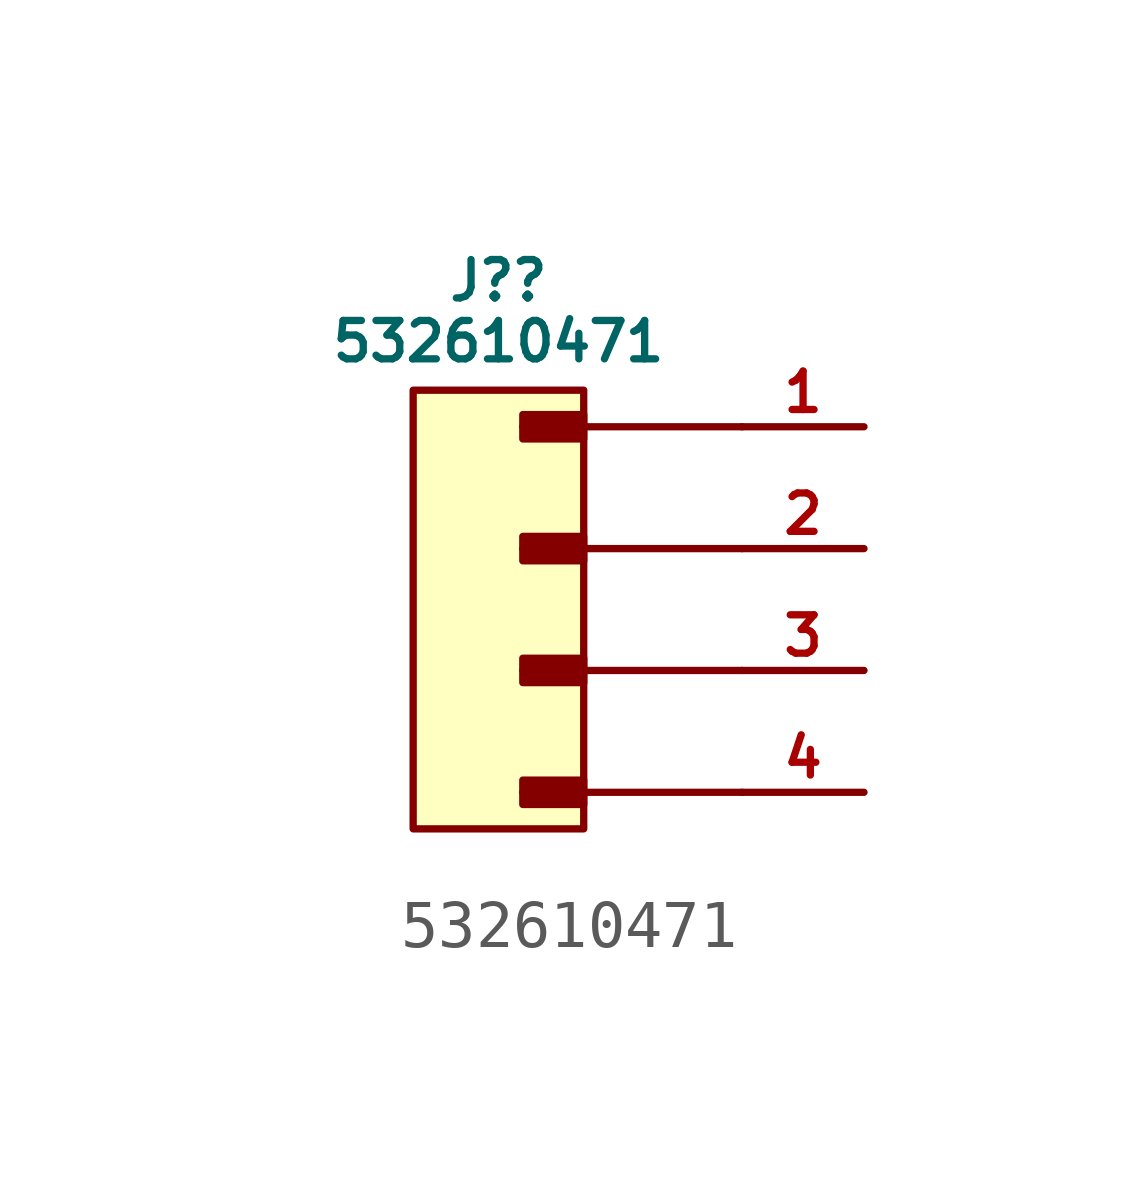
<source format=kicad_sym>
(kicad_symbol_lib
  (version 20231120)
  (generator "kicad_symbol_editor")
  (generator_version "8.0")
  (symbol "532610471"
    (pin_names
      (offset 0))
    (property "Reference" "J?"
      (at 0 6.858 0)
      (do_not_autoplace)
      (effects (font (size 0.8 0.8))))
    (property "Value" "532610471"
      (at 0 5.588 0)
      (do_not_autoplace)
      (effects (font (size 0.8 0.8))))
    (symbol "532610471_1_1"
      (rectangle (start -1.778 4.572) (end 1.778 -4.572) (stroke (width 0) (type default)) (fill (type background)))
      (polyline (pts (xy 0.508 -3.81) (xy 5.08 -3.81)) (stroke (width 0) (type solid)) (fill (type none)))
      (polyline (pts (xy 0.508 -1.27) (xy 5.08 -1.27)) (stroke (width 0) (type solid)) (fill (type none)))
      (polyline (pts (xy 0.508 1.27) (xy 5.08 1.27)) (stroke (width 0) (type solid)) (fill (type none)))
      (polyline (pts (xy 0.508 3.81) (xy 5.08 3.81)) (stroke (width 0) (type solid)) (fill (type none)))
      (rectangle (start 0.508 -3.556) (end 1.778 -4.064) (stroke (width 0) (type solid)) (fill (type outline)))
      (rectangle (start 0.508 -1.016) (end 1.778 -1.524) (stroke (width 0) (type solid)) (fill (type outline)))
      (rectangle (start 0.508 1.524) (end 1.778 1.016) (stroke (width 0) (type solid)) (fill (type outline)))
      (rectangle (start 0.508 4.064) (end 1.778 3.556) (stroke (width 0) (type solid)) (fill (type outline)))
      (pin passive line (at 7.62 3.81 180) (length 2.54) (name "" (effects (font (size 0.8 0.8)))) (number "1" (effects (font (size 0.8 0.8)))))
      (pin passive line (at 7.62 1.27 180) (length 2.54) (name "" (effects (font (size 0.8 0.8)))) (number "2" (effects (font (size 0.8 0.8)))))
      (pin passive line (at 7.62 -1.27 180) (length 2.54) (name "" (effects (font (size 0.8 0.8)))) (number "3" (effects (font (size 0.8 0.8)))))
      (pin passive line (at 7.62 -3.81 180) (length 2.54) (name "" (effects (font (size 0.8 0.8)))) (number "4" (effects (font (size 0.8 0.8)))))
      (pin no_connect line (at -5.08 1.27 0) (length 2.54) hide (name "MNTF" (effects (font (size 0.8 0.8)))) (number "5" (effects (font (size 0.8 0.8)))))
      (pin no_connect line (at -5.08 -1.27 0) (length 2.54) hide (name "MNTS" (effects (font (size 0.8 0.8)))) (number "6" (effects (font (size 0.8 0.8))))))))
</source>
